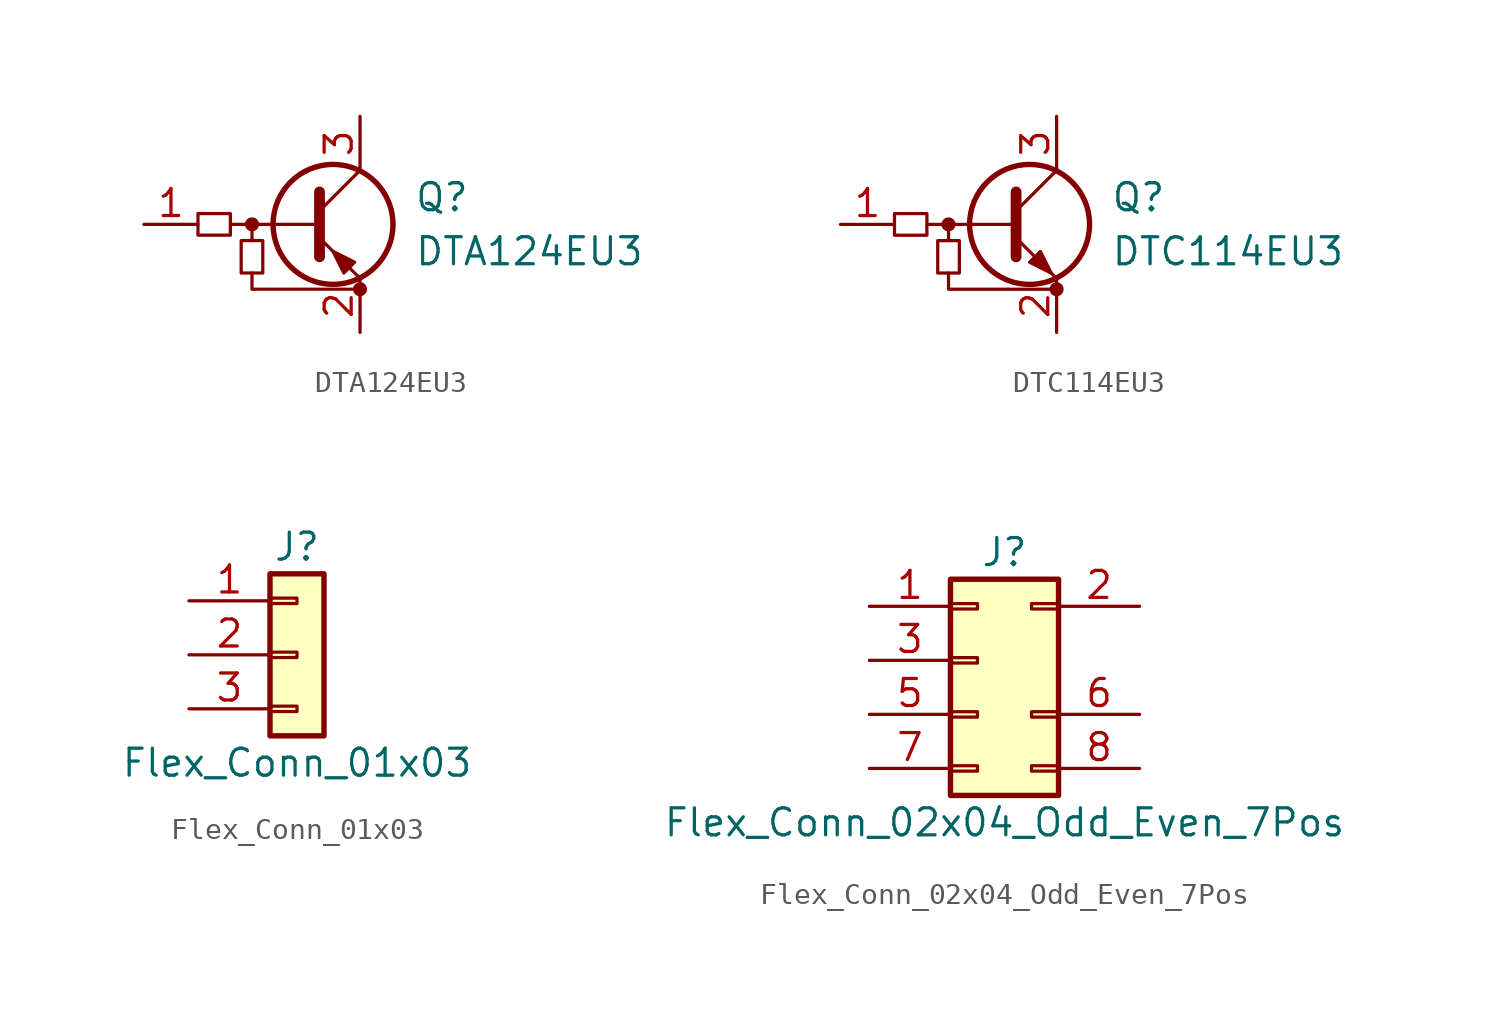
<source format=kicad_sym>
(kicad_symbol_lib
  (version 20231120)
  (generator "kicad_symbol_editor")
  (generator_version "8.0")
  (symbol "DTA124EU3"
    (pin_names hide)
    (property "Reference" "Q"
      (at 3.81 1.27 0)
      (effects (font (size 1.27 1.27)) (justify left)))
    (property "Value" "DTA124EU3"
      (at 3.81 -1.27 0)
      (effects (font (size 1.27 1.27)) (justify left)))
    (symbol "DTA124EU3_0_1"
      (rectangle (start -6.35 0.508) (end -4.826 -0.508) (stroke (width 0) (type default)) (fill (type none)))
      (rectangle (start -4.318 -2.286) (end -3.302 -0.762) (stroke (width 0) (type default)) (fill (type none)))
      (circle (center -3.81 0) (radius 0.254) (stroke (width 0) (type default)) (fill (type outline)))
      (polyline (pts (xy -3.81 -0.762) (xy -3.81 0)) (stroke (width 0) (type default)) (fill (type none)))
      (polyline (pts (xy -0.762 0) (xy -4.826 0)) (stroke (width 0) (type default)) (fill (type none)))
      (polyline (pts (xy -0.635 1.524) (xy -0.635 -1.524)) (stroke (width 0.508) (type default)) (fill (type none)))
      (polyline (pts (xy -3.81 -2.286) (xy -3.81 -3.048) (xy 1.27 -3.048)) (stroke (width 0) (type default)) (fill (type none)))
      (polyline (pts (xy 1.016 -1.778) (xy 0.508 -2.286) (xy 0 -1.27) (xy 1.016 -1.778) (xy 1.016 -1.778)) (stroke (width 0) (type default)) (fill (type outline)))
      (circle (center 1.27 -3.048) (radius 0.254) (stroke (width 0) (type default)) (fill (type outline))))
    (symbol "DTA124EU3_1_1"
      (polyline (pts (xy -0.635 0.635) (xy 1.27 2.54)) (stroke (width 0) (type default)) (fill (type none)))
      (polyline (pts (xy -0.635 -0.635) (xy 1.27 -2.54) (xy 1.27 -2.54)) (stroke (width 0) (type default)) (fill (type none)))
      (circle (center 0 0) (radius 2.819) (stroke (width 0.254) (type default)) (fill (type none)))
      (pin input line (at -8.89 0 0) (length 2.54) (name "B" (effects (font (size 1.27 1.27)))) (number "1" (effects (font (size 1.27 1.27)))))
      (pin passive line (at 1.27 -5.08 90) (length 2.54) (name "E" (effects (font (size 1.27 1.27)))) (number "2" (effects (font (size 1.27 1.27)))))
      (pin passive line (at 1.27 5.08 270) (length 2.54) (name "C" (effects (font (size 1.27 1.27)))) (number "3" (effects (font (size 1.27 1.27)))))))
  (symbol "DTC114EU3"
    (pin_names hide)
    (property "Reference" "Q"
      (at 3.81 1.27 0)
      (effects (font (size 1.27 1.27)) (justify left)))
    (property "Value" "DTC114EU3"
      (at 3.81 -1.27 0)
      (effects (font (size 1.27 1.27)) (justify left)))
    (symbol "DTC114EU3_0_1"
      (rectangle (start -6.35 0.508) (end -4.826 -0.508) (stroke (width 0) (type default)) (fill (type none)))
      (rectangle (start -4.318 -2.286) (end -3.302 -0.762) (stroke (width 0) (type default)) (fill (type none)))
      (circle (center -3.81 0) (radius 0.254) (stroke (width 0) (type default)) (fill (type outline)))
      (polyline (pts (xy -3.81 -0.762) (xy -3.81 0)) (stroke (width 0) (type default)) (fill (type none)))
      (polyline (pts (xy -0.762 0) (xy -4.826 0)) (stroke (width 0) (type default)) (fill (type none)))
      (polyline (pts (xy -0.635 1.524) (xy -0.635 -1.524)) (stroke (width 0.508) (type default)) (fill (type none)))
      (polyline (pts (xy -3.81 -2.286) (xy -3.81 -3.048) (xy 1.27 -3.048)) (stroke (width 0) (type default)) (fill (type none)))
      (circle (center 1.27 -3.048) (radius 0.254) (stroke (width 0) (type default)) (fill (type outline))))
    (symbol "DTC114EU3_1_1"
      (polyline (pts (xy -0.635 0.635) (xy 1.27 2.54)) (stroke (width 0) (type default)) (fill (type none)))
      (polyline (pts (xy -0.635 -0.635) (xy 1.27 -2.54) (xy 1.27 -2.54)) (stroke (width 0) (type default)) (fill (type none)))
      (polyline (pts (xy 0 -1.778) (xy 0.508 -1.27) (xy 1.016 -2.286) (xy 0 -1.778) (xy 0 -1.778)) (stroke (width 0) (type default)) (fill (type outline)))
      (circle (center 0 0) (radius 2.819) (stroke (width 0.254) (type default)) (fill (type none)))
      (pin input line (at -8.89 0 0) (length 2.54) (name "B" (effects (font (size 1.27 1.27)))) (number "1" (effects (font (size 1.27 1.27)))))
      (pin passive line (at 1.27 -5.08 90) (length 2.54) (name "E" (effects (font (size 1.27 1.27)))) (number "2" (effects (font (size 1.27 1.27)))))
      (pin passive line (at 1.27 5.08 270) (length 2.54) (name "C" (effects (font (size 1.27 1.27)))) (number "3" (effects (font (size 1.27 1.27)))))))
  (symbol "Flex_Conn_01x03"
    (pin_names
      (offset 1.016) hide)
    (property "Reference" "J"
      (at 0 5.08 0)
      (effects (font (size 1.27 1.27))))
    (property "Value" "Flex_Conn_01x03"
      (at 0 -5.08 0)
      (effects (font (size 1.27 1.27))))
    (symbol "Flex_Conn_01x03_1_1"
      (rectangle (start -1.27 -2.413) (end 0 -2.667) (stroke (width 0.152) (type default)) (fill (type none)))
      (rectangle (start -1.27 0.127) (end 0 -0.127) (stroke (width 0.152) (type default)) (fill (type none)))
      (rectangle (start -1.27 2.667) (end 0 2.413) (stroke (width 0.152) (type default)) (fill (type none)))
      (rectangle (start -1.27 3.81) (end 1.27 -3.81) (stroke (width 0.254) (type default)) (fill (type background)))
      (pin passive line (at -5.08 2.54 0) (length 3.81) (name "Pin_1" (effects (font (size 1.27 1.27)))) (number "1" (effects (font (size 1.27 1.27)))))
      (pin passive line (at -5.08 0 0) (length 3.81) (name "Pin_2" (effects (font (size 1.27 1.27)))) (number "2" (effects (font (size 1.27 1.27)))))
      (pin passive line (at -5.08 -2.54 0) (length 3.81) (name "Pin_3" (effects (font (size 1.27 1.27)))) (number "3" (effects (font (size 1.27 1.27)))))))
  (symbol "Flex_Conn_02x04_Odd_Even_7Pos"
    (pin_names
      (offset 1.016) hide)
    (property "Reference" "J"
      (at 1.27 5.08 0)
      (effects (font (size 1.27 1.27))))
    (property "Value" "Flex_Conn_02x04_Odd_Even_7Pos"
      (at 1.27 -7.62 0)
      (effects (font (size 1.27 1.27))))
    (symbol "Flex_Conn_02x04_Odd_Even_7Pos_1_1"
      (rectangle (start -1.27 -4.953) (end 0 -5.207) (stroke (width 0.152) (type default)) (fill (type none)))
      (rectangle (start -1.27 -2.413) (end 0 -2.667) (stroke (width 0.152) (type default)) (fill (type none)))
      (rectangle (start -1.27 0.127) (end 0 -0.127) (stroke (width 0.152) (type default)) (fill (type none)))
      (rectangle (start -1.27 2.667) (end 0 2.413) (stroke (width 0.152) (type default)) (fill (type none)))
      (rectangle (start -1.27 3.81) (end 3.81 -6.35) (stroke (width 0.254) (type default)) (fill (type background)))
      (rectangle (start 3.81 -4.953) (end 2.54 -5.207) (stroke (width 0.152) (type default)) (fill (type none)))
      (rectangle (start 3.81 -2.413) (end 2.54 -2.667) (stroke (width 0.152) (type default)) (fill (type none)))
      (rectangle (start 3.81 2.667) (end 2.54 2.413) (stroke (width 0.152) (type default)) (fill (type none)))
      (pin passive line (at -5.08 2.54 0) (length 3.81) (name "Pin_1" (effects (font (size 1.27 1.27)))) (number "1" (effects (font (size 1.27 1.27)))))
      (pin passive line (at 7.62 2.54 180) (length 3.81) (name "Pin_2" (effects (font (size 1.27 1.27)))) (number "2" (effects (font (size 1.27 1.27)))))
      (pin passive line (at -5.08 0 0) (length 3.81) (name "Pin_3" (effects (font (size 1.27 1.27)))) (number "3" (effects (font (size 1.27 1.27)))))
      (pin passive line (at -5.08 -2.54 0) (length 3.81) (name "Pin_5" (effects (font (size 1.27 1.27)))) (number "5" (effects (font (size 1.27 1.27)))))
      (pin passive line (at 7.62 -2.54 180) (length 3.81) (name "Pin_6" (effects (font (size 1.27 1.27)))) (number "6" (effects (font (size 1.27 1.27)))))
      (pin passive line (at -5.08 -5.08 0) (length 3.81) (name "Pin_7" (effects (font (size 1.27 1.27)))) (number "7" (effects (font (size 1.27 1.27)))))
      (pin passive line (at 7.62 -5.08 180) (length 3.81) (name "Pin_8" (effects (font (size 1.27 1.27)))) (number "8" (effects (font (size 1.27 1.27))))))))
</source>
